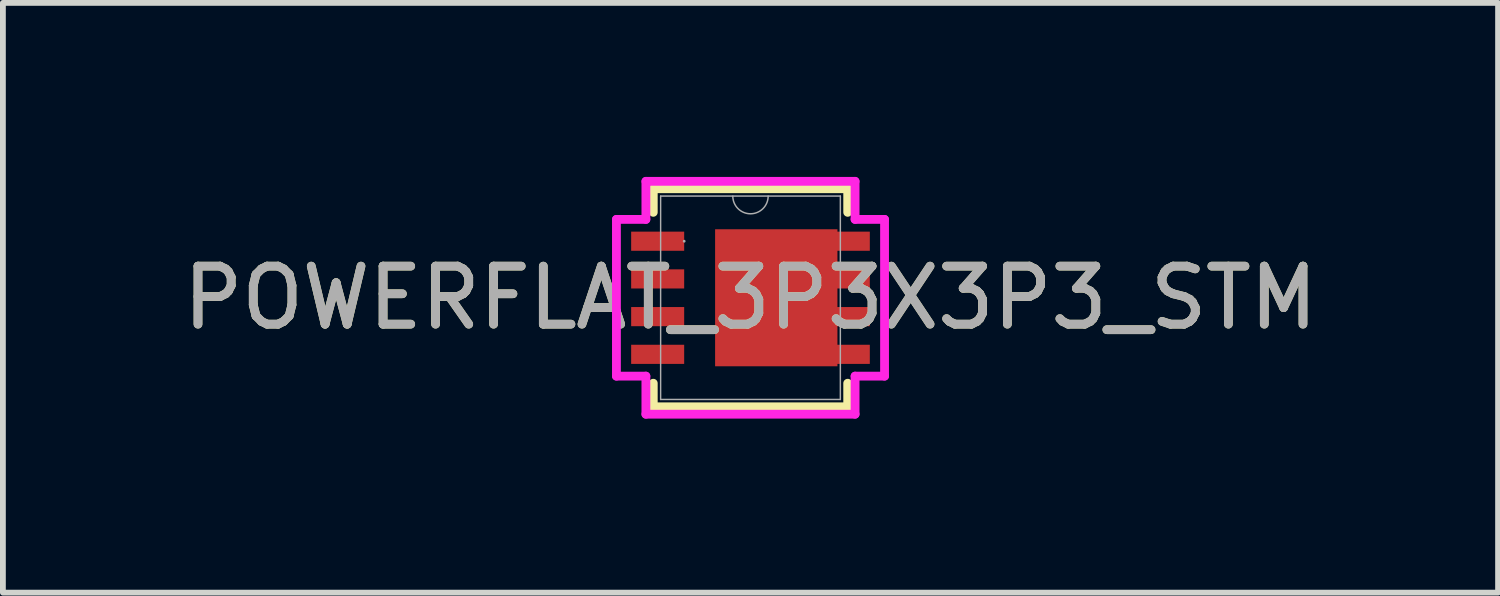
<source format=kicad_pcb>
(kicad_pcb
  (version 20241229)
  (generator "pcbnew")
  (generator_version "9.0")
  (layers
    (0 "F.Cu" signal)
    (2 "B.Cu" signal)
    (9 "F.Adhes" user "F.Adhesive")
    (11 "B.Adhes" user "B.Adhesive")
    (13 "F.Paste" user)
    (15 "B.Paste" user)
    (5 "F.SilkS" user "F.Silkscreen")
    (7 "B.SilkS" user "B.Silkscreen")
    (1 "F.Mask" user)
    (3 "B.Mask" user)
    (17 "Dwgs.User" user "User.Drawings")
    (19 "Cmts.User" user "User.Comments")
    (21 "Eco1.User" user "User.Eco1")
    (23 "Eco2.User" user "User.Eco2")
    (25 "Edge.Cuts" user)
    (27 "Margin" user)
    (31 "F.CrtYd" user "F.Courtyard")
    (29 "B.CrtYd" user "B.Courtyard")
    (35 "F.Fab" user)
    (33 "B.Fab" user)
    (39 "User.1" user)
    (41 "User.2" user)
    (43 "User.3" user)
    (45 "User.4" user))
  (footprint "POWERFLAT_3P3X3P3_STM"
    (layer "F.Cu")
    (at 9.887 2.083)
    (property "Reference" "POWERFLAT_3P3X3P3_STM" (at 0 0 0) (unlocked yes) (layer "F.SilkS") (effects (font (size 1 1) (thickness 0.15))))
    (attr smd)
    (fp_poly (pts (xy 1.499 -1.181) (xy -0.61 -1.181) (xy -0.61 1.181) (xy 1.499 1.181)) (stroke (width 0) (type solid)) (fill yes) (layer "F.Cu"))
    (fp_poly (pts (xy 1.499 -1.181) (xy -0.61 -1.181) (xy -0.61 1.181) (xy 1.499 1.181)) (stroke (width 0) (type solid)) (fill yes) (layer "F.Mask"))
    (fp_line (start -1.676 -1.88) (end -1.676 -1.473) (stroke (width 0.152) (type solid)) (layer "F.SilkS"))
    (fp_line (start -1.676 1.473) (end -1.676 1.88) (stroke (width 0.152) (type solid)) (layer "F.SilkS"))
    (fp_line (start -1.676 1.88) (end 1.676 1.88) (stroke (width 0.152) (type solid)) (layer "F.SilkS"))
    (fp_line (start 1.676 -1.88) (end -1.676 -1.88) (stroke (width 0.152) (type solid)) (layer "F.SilkS"))
    (fp_line (start 1.676 -1.473) (end 1.676 -1.88) (stroke (width 0.152) (type solid)) (layer "F.SilkS"))
    (fp_line (start 1.676 1.88) (end 1.676 1.473) (stroke (width 0.152) (type solid)) (layer "F.SilkS"))
    (fp_poly (pts (xy 1.499 -1.181) (xy -0.61 -1.181) (xy -0.61 1.181) (xy 1.499 1.181)) (stroke (width 0) (type solid)) (fill yes) (layer "F.Paste"))
    (fp_line (start -2.311 -1.351) (end -1.803 -1.351) (stroke (width 0.152) (type solid)) (layer "F.CrtYd"))
    (fp_line (start -2.311 1.351) (end -2.311 -1.351) (stroke (width 0.152) (type solid)) (layer "F.CrtYd"))
    (fp_line (start -2.311 1.351) (end -1.803 1.351) (stroke (width 0.152) (type solid)) (layer "F.CrtYd"))
    (fp_line (start -1.803 -2.007) (end 1.803 -2.007) (stroke (width 0.152) (type solid)) (layer "F.CrtYd"))
    (fp_line (start -1.803 -1.351) (end -1.803 -2.007) (stroke (width 0.152) (type solid)) (layer "F.CrtYd"))
    (fp_line (start -1.803 2.007) (end -1.803 1.351) (stroke (width 0.152) (type solid)) (layer "F.CrtYd"))
    (fp_line (start 1.803 -2.007) (end 1.803 -1.351) (stroke (width 0.152) (type solid)) (layer "F.CrtYd"))
    (fp_line (start 1.803 1.351) (end 1.803 2.007) (stroke (width 0.152) (type solid)) (layer "F.CrtYd"))
    (fp_line (start 1.803 2.007) (end -1.803 2.007) (stroke (width 0.152) (type solid)) (layer "F.CrtYd"))
    (fp_line (start 2.311 -1.351) (end 1.803 -1.351) (stroke (width 0.152) (type solid)) (layer "F.CrtYd"))
    (fp_line (start 2.311 -1.351) (end 2.311 1.351) (stroke (width 0.152) (type solid)) (layer "F.CrtYd"))
    (fp_line (start 2.311 1.351) (end 1.803 1.351) (stroke (width 0.152) (type solid)) (layer "F.CrtYd"))
    (fp_line (start -1.549 -1.753) (end -1.549 1.753) (stroke (width 0.025) (type solid)) (layer "F.Fab"))
    (fp_line (start -1.549 1.753) (end 1.549 1.753) (stroke (width 0.025) (type solid)) (layer "F.Fab"))
    (fp_line (start 1.549 -1.753) (end -1.549 -1.753) (stroke (width 0.025) (type solid)) (layer "F.Fab"))
    (fp_line (start 1.549 1.753) (end 1.549 -1.753) (stroke (width 0.025) (type solid)) (layer "F.Fab"))
    (fp_arc (start 0.3048 -1.7526) (mid 0 -1.4478) (end -0.3048 -1.7526) (stroke (width 0.0254) (type solid)) (layer "F.Fab"))
    (fp_circle (center -1.143 -0.975) (end -1.143 -0.975) (stroke (width 0.025) (type solid)) (fill no) (layer "F.Fab"))
    (fp_text user "${REFERENCE}" (at 0 0 0) (unlocked yes) (layer "F.Fab") (effects (font (size 1 1) (thickness 0.15))))
    (pad "1" smd rect (at -1.6 -0.975) (size 0.914 0.33) (layers "F.Cu" "F.Mask" "F.Paste"))
    (pad "2" smd rect (at -1.6 -0.325) (size 0.914 0.33) (layers "F.Cu" "F.Mask" "F.Paste"))
    (pad "3" smd rect (at -1.6 0.325) (size 0.914 0.33) (layers "F.Cu" "F.Mask" "F.Paste"))
    (pad "4" smd rect (at -1.6 0.975) (size 0.914 0.33) (layers "F.Cu" "F.Mask" "F.Paste"))
    (pad "5" smd rect (at 1.6 0.975) (size 0.914 0.33) (layers "F.Cu" "F.Mask" "F.Paste"))
    (pad "6" smd rect (at 1.6 0.325) (size 0.914 0.33) (layers "F.Cu" "F.Mask" "F.Paste"))
    (pad "7" smd rect (at 1.6 -0.325) (size 0.914 0.33) (layers "F.Cu" "F.Mask" "F.Paste"))
    (pad "8" smd rect (at 1.6 -0.975) (size 0.914 0.33) (layers "F.Cu" "F.Mask" "F.Paste")))
  (gr_rect
    (start -3 -3)
    (end 22.774 7.166)
    (stroke (width 0.1) (type default))
    (fill no)
    (layer "Edge.Cuts")))
</source>
